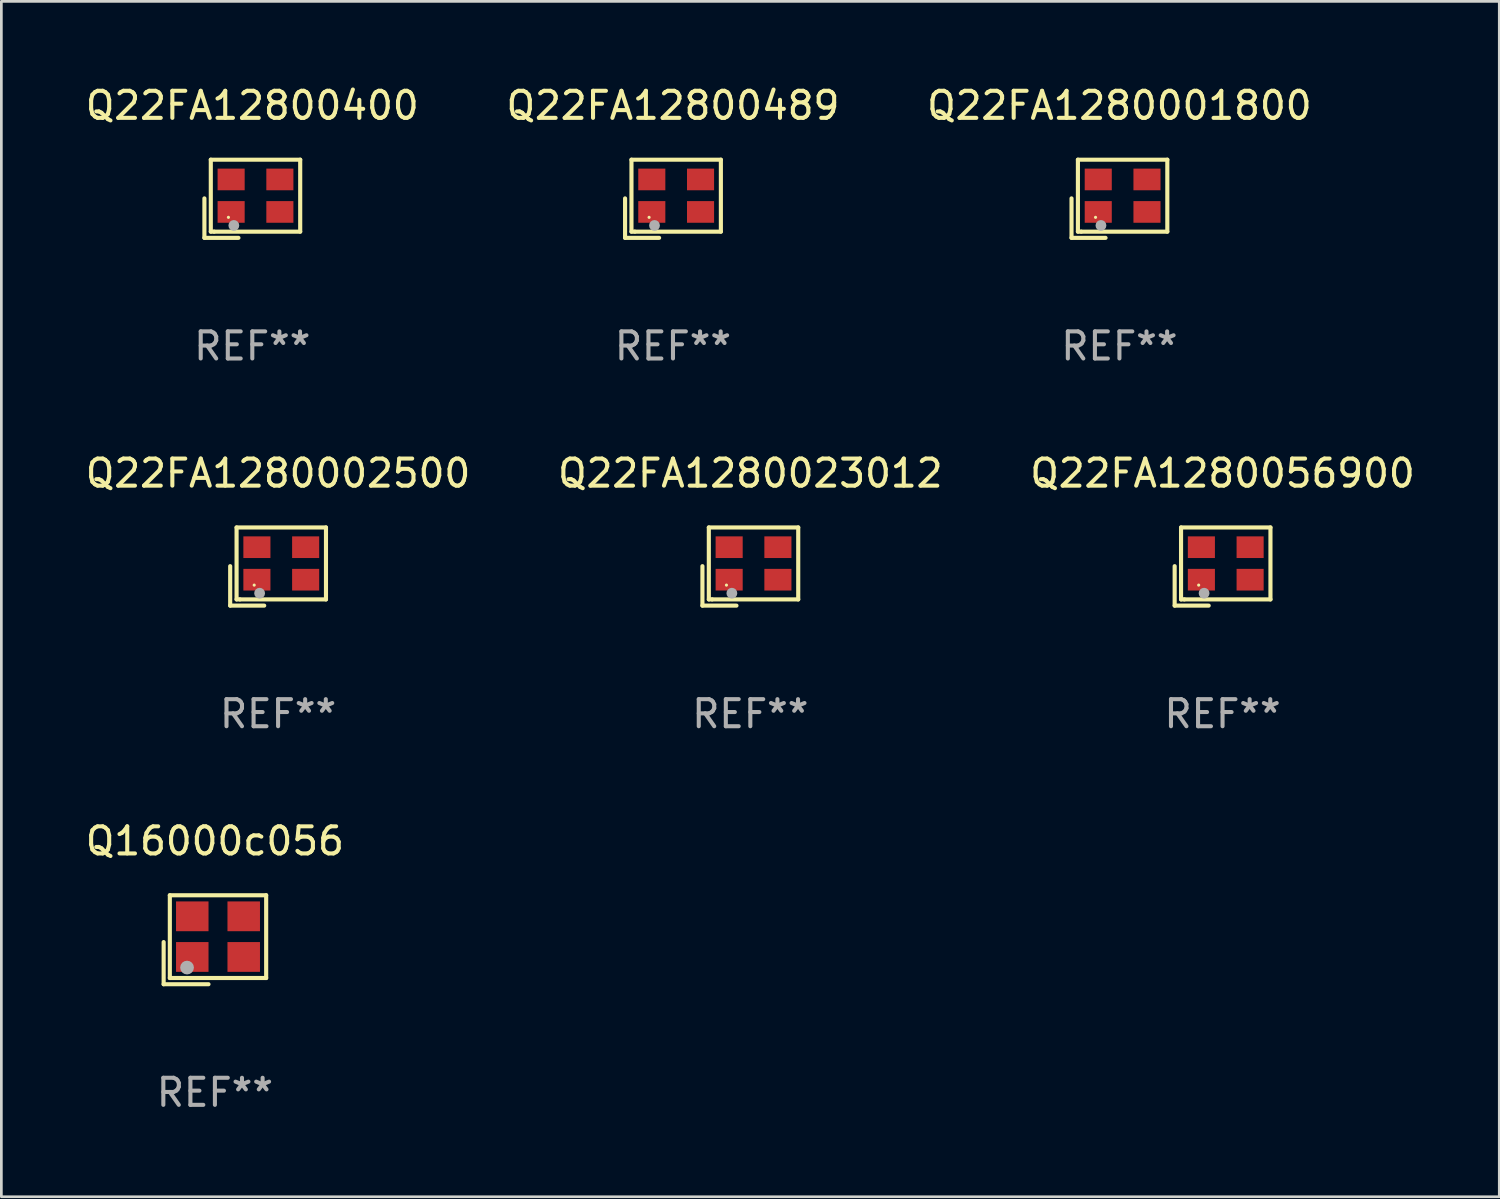
<source format=kicad_pcb>
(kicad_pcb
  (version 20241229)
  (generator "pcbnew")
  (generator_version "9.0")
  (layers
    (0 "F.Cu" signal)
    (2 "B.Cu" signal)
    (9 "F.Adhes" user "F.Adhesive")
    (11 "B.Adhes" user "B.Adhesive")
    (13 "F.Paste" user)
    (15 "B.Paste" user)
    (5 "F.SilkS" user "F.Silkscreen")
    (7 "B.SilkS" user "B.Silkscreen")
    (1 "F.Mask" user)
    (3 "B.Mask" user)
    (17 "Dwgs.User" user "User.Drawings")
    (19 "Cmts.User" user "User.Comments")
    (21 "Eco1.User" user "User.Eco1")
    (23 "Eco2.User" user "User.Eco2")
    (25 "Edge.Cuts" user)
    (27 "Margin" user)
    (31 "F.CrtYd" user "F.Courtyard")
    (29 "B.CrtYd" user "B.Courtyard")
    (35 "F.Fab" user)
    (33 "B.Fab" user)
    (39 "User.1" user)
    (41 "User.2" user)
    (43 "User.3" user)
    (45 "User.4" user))
  (footprint "Q22FA12800400"
    (layer "F.Cu")
    (at 6.268 4.291)
    (property "Reference" "Q22FA12800400" (at 0 -3.443 0) (layer "F.SilkS") (effects (font (size 1 1) (thickness 0.15))))
    (attr through_hole)
    (fp_line (start -1.769 -0.014) (end -1.769 1.443) (stroke (width 0.152) (type solid)) (layer "F.SilkS"))
    (fp_line (start -1.769 1.443) (end -0.512 1.443) (stroke (width 0.152) (type solid)) (layer "F.SilkS"))
    (fp_line (start -1.533 -1.443) (end 1.769 -1.443) (stroke (width 0.152) (type solid)) (layer "F.SilkS"))
    (fp_line (start -1.533 1.214) (end -1.533 -1.443) (stroke (width 0.152) (type solid)) (layer "F.SilkS"))
    (fp_line (start -1.411 1.214) (end -1.533 1.214) (stroke (width 0.152) (type solid)) (layer "F.SilkS"))
    (fp_line (start 1.769 -1.443) (end 1.769 1.214) (stroke (width 0.152) (type solid)) (layer "F.SilkS"))
    (fp_line (start 1.769 1.214) (end -1.411 1.214) (stroke (width 0.152) (type solid)) (layer "F.SilkS"))
    (fp_circle (center -0.882 0.686) (end -0.852 0.686) (stroke (width 0.06) (type solid)) (fill no) (layer "F.SilkS"))
    (fp_circle (center -0.682 0.986) (end -0.582 0.986) (stroke (width 0.2) (type solid)) (fill no) (layer "F.Fab"))
    (fp_text user "REF**" (at 0 5.443 0) (layer "F.Fab") (effects (font (size 1 1) (thickness 0.15))))
    (pad "1" smd rect (at -0.782 0.486 90) (size 0.8 1) (layers "F.Cu" "F.Mask" "F.Paste"))
    (pad "2" smd rect (at 1.018 0.486 90) (size 0.8 1) (layers "F.Cu" "F.Mask" "F.Paste"))
    (pad "3" smd rect (at 1.018 -0.714 90) (size 0.8 1) (layers "F.Cu" "F.Mask" "F.Paste"))
    (pad "4" smd rect (at -0.782 -0.714 90) (size 0.8 1) (layers "F.Cu" "F.Mask" "F.Paste")))
  (footprint "Q22FA1280056900"
    (layer "F.Cu")
    (at 42.101 17.873)
    (property "Reference" "Q22FA1280056900" (at 0 -3.443 0) (layer "F.SilkS") (effects (font (size 1 1) (thickness 0.15))))
    (attr through_hole)
    (fp_line (start -1.769 -0.014) (end -1.769 1.443) (stroke (width 0.152) (type solid)) (layer "F.SilkS"))
    (fp_line (start -1.769 1.443) (end -0.512 1.443) (stroke (width 0.152) (type solid)) (layer "F.SilkS"))
    (fp_line (start -1.533 -1.443) (end 1.769 -1.443) (stroke (width 0.152) (type solid)) (layer "F.SilkS"))
    (fp_line (start -1.533 1.214) (end -1.533 -1.443) (stroke (width 0.152) (type solid)) (layer "F.SilkS"))
    (fp_line (start -1.411 1.214) (end -1.533 1.214) (stroke (width 0.152) (type solid)) (layer "F.SilkS"))
    (fp_line (start 1.769 -1.443) (end 1.769 1.214) (stroke (width 0.152) (type solid)) (layer "F.SilkS"))
    (fp_line (start 1.769 1.214) (end -1.411 1.214) (stroke (width 0.152) (type solid)) (layer "F.SilkS"))
    (fp_circle (center -0.882 0.686) (end -0.852 0.686) (stroke (width 0.06) (type solid)) (fill no) (layer "F.SilkS"))
    (fp_circle (center -0.682 0.986) (end -0.582 0.986) (stroke (width 0.2) (type solid)) (fill no) (layer "F.Fab"))
    (fp_text user "REF**" (at 0 5.443 0) (layer "F.Fab") (effects (font (size 1 1) (thickness 0.15))))
    (pad "1" smd rect (at -0.782 0.486 90) (size 0.8 1) (layers "F.Cu" "F.Mask" "F.Paste"))
    (pad "2" smd rect (at 1.018 0.486 90) (size 0.8 1) (layers "F.Cu" "F.Mask" "F.Paste"))
    (pad "3" smd rect (at 1.018 -0.714 90) (size 0.8 1) (layers "F.Cu" "F.Mask" "F.Paste"))
    (pad "4" smd rect (at -0.782 -0.714 90) (size 0.8 1) (layers "F.Cu" "F.Mask" "F.Paste")))
  (footprint "Q16000c056"
    (layer "F.Cu")
    (at 4.887 31.656)
    (property "Reference" "Q16000c056" (at 0 -3.643 0) (layer "F.SilkS") (effects (font (size 1 1) (thickness 0.15))))
    (attr through_hole)
    (fp_line (start -1.893 0.086) (end -1.893 1.643) (stroke (width 0.152) (type solid)) (layer "F.SilkS"))
    (fp_line (start -1.893 1.643) (end -0.237 1.643) (stroke (width 0.152) (type solid)) (layer "F.SilkS"))
    (fp_line (start -1.665 -1.643) (end 1.893 -1.643) (stroke (width 0.152) (type solid)) (layer "F.SilkS"))
    (fp_line (start -1.665 1.414) (end -1.665 -1.643) (stroke (width 0.152) (type solid)) (layer "F.SilkS"))
    (fp_line (start 1.893 -1.643) (end 1.893 1.414) (stroke (width 0.152) (type solid)) (layer "F.SilkS"))
    (fp_line (start 1.893 1.414) (end -1.665 1.414) (stroke (width 0.152) (type solid)) (layer "F.SilkS"))
    (fp_circle (center -1.136 0.885) (end -1.106 0.885) (stroke (width 0.06) (type solid)) (fill no) (layer "F.SilkS"))
    (fp_circle (center -1.029 1.028) (end -0.902 1.028) (stroke (width 0.254) (type solid)) (fill no) (layer "F.Fab"))
    (fp_text user "REF**" (at 0 5.643 0) (layer "F.Fab") (effects (font (size 1 1) (thickness 0.15))))
    (pad "1" smd rect (at -0.836 0.636) (size 1.2 1.1) (layers "F.Cu" "F.Mask" "F.Paste"))
    (pad "2" smd rect (at 1.064 0.636) (size 1.2 1.1) (layers "F.Cu" "F.Mask" "F.Paste"))
    (pad "3" smd rect (at 1.064 -0.865) (size 1.2 1.1) (layers "F.Cu" "F.Mask" "F.Paste"))
    (pad "4" smd rect (at -0.836 -0.865) (size 1.2 1.1) (layers "F.Cu" "F.Mask" "F.Paste")))
  (footprint "Q22FA12800489"
    (layer "F.Cu")
    (at 21.804 4.291)
    (property "Reference" "Q22FA12800489" (at 0 -3.443 0) (layer "F.SilkS") (effects (font (size 1 1) (thickness 0.15))))
    (attr through_hole)
    (fp_line (start -1.769 -0.014) (end -1.769 1.443) (stroke (width 0.152) (type solid)) (layer "F.SilkS"))
    (fp_line (start -1.769 1.443) (end -0.512 1.443) (stroke (width 0.152) (type solid)) (layer "F.SilkS"))
    (fp_line (start -1.533 -1.443) (end 1.769 -1.443) (stroke (width 0.152) (type solid)) (layer "F.SilkS"))
    (fp_line (start -1.533 1.214) (end -1.533 -1.443) (stroke (width 0.152) (type solid)) (layer "F.SilkS"))
    (fp_line (start -1.411 1.214) (end -1.533 1.214) (stroke (width 0.152) (type solid)) (layer "F.SilkS"))
    (fp_line (start 1.769 -1.443) (end 1.769 1.214) (stroke (width 0.152) (type solid)) (layer "F.SilkS"))
    (fp_line (start 1.769 1.214) (end -1.411 1.214) (stroke (width 0.152) (type solid)) (layer "F.SilkS"))
    (fp_circle (center -0.882 0.686) (end -0.852 0.686) (stroke (width 0.06) (type solid)) (fill no) (layer "F.SilkS"))
    (fp_circle (center -0.682 0.986) (end -0.582 0.986) (stroke (width 0.2) (type solid)) (fill no) (layer "F.Fab"))
    (fp_text user "REF**" (at 0 5.443 0) (layer "F.Fab") (effects (font (size 1 1) (thickness 0.15))))
    (pad "1" smd rect (at -0.782 0.486 90) (size 0.8 1) (layers "F.Cu" "F.Mask" "F.Paste"))
    (pad "2" smd rect (at 1.018 0.486 90) (size 0.8 1) (layers "F.Cu" "F.Mask" "F.Paste"))
    (pad "3" smd rect (at 1.018 -0.714 90) (size 0.8 1) (layers "F.Cu" "F.Mask" "F.Paste"))
    (pad "4" smd rect (at -0.782 -0.714 90) (size 0.8 1) (layers "F.Cu" "F.Mask" "F.Paste")))
  (footprint "Q22FA1280001800"
    (layer "F.Cu")
    (at 38.292 4.291)
    (property "Reference" "Q22FA1280001800" (at 0 -3.443 0) (layer "F.SilkS") (effects (font (size 1 1) (thickness 0.15))))
    (attr through_hole)
    (fp_line (start -1.769 -0.014) (end -1.769 1.443) (stroke (width 0.152) (type solid)) (layer "F.SilkS"))
    (fp_line (start -1.769 1.443) (end -0.512 1.443) (stroke (width 0.152) (type solid)) (layer "F.SilkS"))
    (fp_line (start -1.533 -1.443) (end 1.769 -1.443) (stroke (width 0.152) (type solid)) (layer "F.SilkS"))
    (fp_line (start -1.533 1.214) (end -1.533 -1.443) (stroke (width 0.152) (type solid)) (layer "F.SilkS"))
    (fp_line (start -1.411 1.214) (end -1.533 1.214) (stroke (width 0.152) (type solid)) (layer "F.SilkS"))
    (fp_line (start 1.769 -1.443) (end 1.769 1.214) (stroke (width 0.152) (type solid)) (layer "F.SilkS"))
    (fp_line (start 1.769 1.214) (end -1.411 1.214) (stroke (width 0.152) (type solid)) (layer "F.SilkS"))
    (fp_circle (center -0.882 0.686) (end -0.852 0.686) (stroke (width 0.06) (type solid)) (fill no) (layer "F.SilkS"))
    (fp_circle (center -0.682 0.986) (end -0.582 0.986) (stroke (width 0.2) (type solid)) (fill no) (layer "F.Fab"))
    (fp_text user "REF**" (at 0 5.443 0) (layer "F.Fab") (effects (font (size 1 1) (thickness 0.15))))
    (pad "1" smd rect (at -0.782 0.486 90) (size 0.8 1) (layers "F.Cu" "F.Mask" "F.Paste"))
    (pad "2" smd rect (at 1.018 0.486 90) (size 0.8 1) (layers "F.Cu" "F.Mask" "F.Paste"))
    (pad "3" smd rect (at 1.018 -0.714 90) (size 0.8 1) (layers "F.Cu" "F.Mask" "F.Paste"))
    (pad "4" smd rect (at -0.782 -0.714 90) (size 0.8 1) (layers "F.Cu" "F.Mask" "F.Paste")))
  (footprint "Q22FA1280002500"
    (layer "F.Cu")
    (at 7.22 17.873)
    (property "Reference" "Q22FA1280002500" (at 0 -3.443 0) (layer "F.SilkS") (effects (font (size 1 1) (thickness 0.15))))
    (attr through_hole)
    (fp_line (start -1.769 -0.014) (end -1.769 1.443) (stroke (width 0.152) (type solid)) (layer "F.SilkS"))
    (fp_line (start -1.769 1.443) (end -0.512 1.443) (stroke (width 0.152) (type solid)) (layer "F.SilkS"))
    (fp_line (start -1.533 -1.443) (end 1.769 -1.443) (stroke (width 0.152) (type solid)) (layer "F.SilkS"))
    (fp_line (start -1.533 1.214) (end -1.533 -1.443) (stroke (width 0.152) (type solid)) (layer "F.SilkS"))
    (fp_line (start -1.411 1.214) (end -1.533 1.214) (stroke (width 0.152) (type solid)) (layer "F.SilkS"))
    (fp_line (start 1.769 -1.443) (end 1.769 1.214) (stroke (width 0.152) (type solid)) (layer "F.SilkS"))
    (fp_line (start 1.769 1.214) (end -1.411 1.214) (stroke (width 0.152) (type solid)) (layer "F.SilkS"))
    (fp_circle (center -0.882 0.686) (end -0.852 0.686) (stroke (width 0.06) (type solid)) (fill no) (layer "F.SilkS"))
    (fp_circle (center -0.682 0.986) (end -0.582 0.986) (stroke (width 0.2) (type solid)) (fill no) (layer "F.Fab"))
    (fp_text user "REF**" (at 0 5.443 0) (layer "F.Fab") (effects (font (size 1 1) (thickness 0.15))))
    (pad "1" smd rect (at -0.782 0.486 90) (size 0.8 1) (layers "F.Cu" "F.Mask" "F.Paste"))
    (pad "2" smd rect (at 1.018 0.486 90) (size 0.8 1) (layers "F.Cu" "F.Mask" "F.Paste"))
    (pad "3" smd rect (at 1.018 -0.714 90) (size 0.8 1) (layers "F.Cu" "F.Mask" "F.Paste"))
    (pad "4" smd rect (at -0.782 -0.714 90) (size 0.8 1) (layers "F.Cu" "F.Mask" "F.Paste")))
  (footprint "Q22FA1280023012"
    (layer "F.Cu")
    (at 24.661 17.873)
    (property "Reference" "Q22FA1280023012" (at 0 -3.443 0) (layer "F.SilkS") (effects (font (size 1 1) (thickness 0.15))))
    (attr through_hole)
    (fp_line (start -1.769 -0.014) (end -1.769 1.443) (stroke (width 0.152) (type solid)) (layer "F.SilkS"))
    (fp_line (start -1.769 1.443) (end -0.512 1.443) (stroke (width 0.152) (type solid)) (layer "F.SilkS"))
    (fp_line (start -1.533 -1.443) (end 1.769 -1.443) (stroke (width 0.152) (type solid)) (layer "F.SilkS"))
    (fp_line (start -1.533 1.214) (end -1.533 -1.443) (stroke (width 0.152) (type solid)) (layer "F.SilkS"))
    (fp_line (start -1.411 1.214) (end -1.533 1.214) (stroke (width 0.152) (type solid)) (layer "F.SilkS"))
    (fp_line (start 1.769 -1.443) (end 1.769 1.214) (stroke (width 0.152) (type solid)) (layer "F.SilkS"))
    (fp_line (start 1.769 1.214) (end -1.411 1.214) (stroke (width 0.152) (type solid)) (layer "F.SilkS"))
    (fp_circle (center -0.882 0.686) (end -0.852 0.686) (stroke (width 0.06) (type solid)) (fill no) (layer "F.SilkS"))
    (fp_circle (center -0.682 0.986) (end -0.582 0.986) (stroke (width 0.2) (type solid)) (fill no) (layer "F.Fab"))
    (fp_text user "REF**" (at 0 5.443 0) (layer "F.Fab") (effects (font (size 1 1) (thickness 0.15))))
    (pad "1" smd rect (at -0.782 0.486 90) (size 0.8 1) (layers "F.Cu" "F.Mask" "F.Paste"))
    (pad "2" smd rect (at 1.018 0.486 90) (size 0.8 1) (layers "F.Cu" "F.Mask" "F.Paste"))
    (pad "3" smd rect (at 1.018 -0.714 90) (size 0.8 1) (layers "F.Cu" "F.Mask" "F.Paste"))
    (pad "4" smd rect (at -0.782 -0.714 90) (size 0.8 1) (layers "F.Cu" "F.Mask" "F.Paste")))
  (gr_rect
    (start -3 -3)
    (end 52.321 41.147)
    (stroke (width 0.1) (type default))
    (fill no)
    (layer "Edge.Cuts")))
</source>
